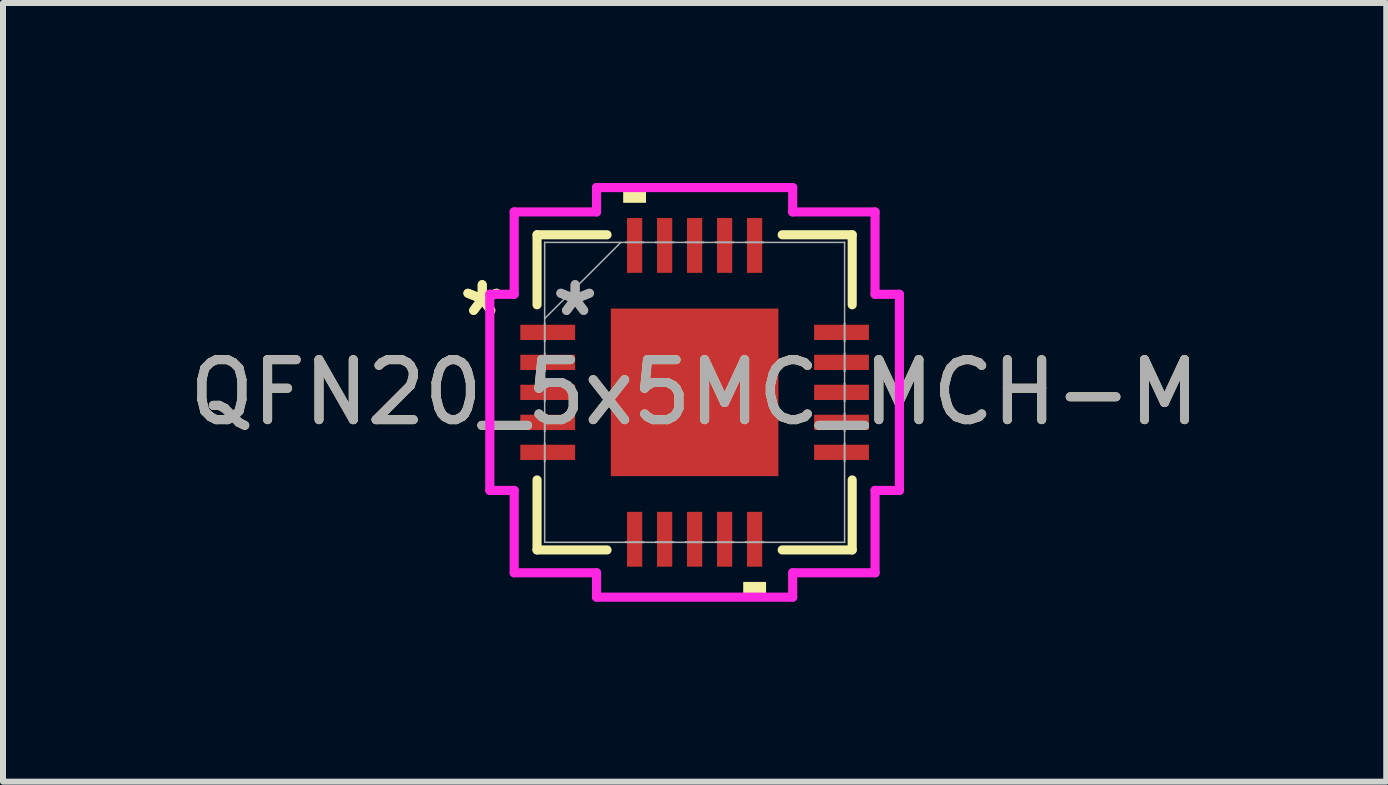
<source format=kicad_pcb>
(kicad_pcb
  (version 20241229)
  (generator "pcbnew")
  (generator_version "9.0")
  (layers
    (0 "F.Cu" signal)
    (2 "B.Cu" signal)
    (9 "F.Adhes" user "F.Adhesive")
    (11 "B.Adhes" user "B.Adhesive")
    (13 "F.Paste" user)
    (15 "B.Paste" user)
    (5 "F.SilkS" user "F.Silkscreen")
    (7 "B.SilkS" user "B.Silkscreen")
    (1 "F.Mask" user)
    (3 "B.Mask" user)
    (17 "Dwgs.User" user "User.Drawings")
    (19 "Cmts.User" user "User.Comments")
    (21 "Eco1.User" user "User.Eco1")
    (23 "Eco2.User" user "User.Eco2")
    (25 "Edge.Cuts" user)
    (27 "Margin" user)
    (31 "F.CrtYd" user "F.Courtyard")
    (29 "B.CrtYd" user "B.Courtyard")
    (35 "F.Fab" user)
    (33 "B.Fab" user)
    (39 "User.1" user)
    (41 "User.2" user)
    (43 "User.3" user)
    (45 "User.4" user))
  (footprint "QFN20_5x5MC_MCH-M"
    (layer "F.Cu")
    (at 8.53 3.491)
    (property "Reference" "QFN20_5x5MC_MCH-M" (at 0 0 0) (unlocked yes) (layer "F.SilkS") (effects (font (size 1 1) (thickness 0.15))))
    (attr smd)
    (fp_line (start -2.627 -2.627) (end -2.627 -1.46) (stroke (width 0.152) (type solid)) (layer "F.SilkS"))
    (fp_line (start -2.627 1.46) (end -2.627 2.627) (stroke (width 0.152) (type solid)) (layer "F.SilkS"))
    (fp_line (start -2.627 2.627) (end -1.46 2.627) (stroke (width 0.152) (type solid)) (layer "F.SilkS"))
    (fp_line (start -1.46 -2.627) (end -2.627 -2.627) (stroke (width 0.152) (type solid)) (layer "F.SilkS"))
    (fp_line (start 1.46 2.627) (end 2.627 2.627) (stroke (width 0.152) (type solid)) (layer "F.SilkS"))
    (fp_line (start 2.627 -2.627) (end 1.46 -2.627) (stroke (width 0.152) (type solid)) (layer "F.SilkS"))
    (fp_line (start 2.627 -1.46) (end 2.627 -2.627) (stroke (width 0.152) (type solid)) (layer "F.SilkS"))
    (fp_line (start 2.627 2.627) (end 2.627 1.46) (stroke (width 0.152) (type solid)) (layer "F.SilkS"))
    (fp_poly (pts (xy -1.191 -3.16) (xy -1.191 -3.414) (xy -0.81 -3.414) (xy -0.81 -3.16)) (stroke (width 0) (type solid)) (fill yes) (layer "F.SilkS"))
    (fp_poly (pts (xy 0.81 3.16) (xy 0.81 3.414) (xy 1.191 3.414) (xy 1.191 3.16)) (stroke (width 0) (type solid)) (fill yes) (layer "F.SilkS"))
    (fp_poly (pts (xy -1.297 -1.297) (xy -1.297 -0.1) (xy -0.1 -0.1) (xy -0.1 -1.297)) (stroke (width 0) (type solid)) (fill yes) (layer "F.Paste"))
    (fp_poly (pts (xy -1.297 0.1) (xy -1.297 1.297) (xy -0.1 1.297) (xy -0.1 0.1)) (stroke (width 0) (type solid)) (fill yes) (layer "F.Paste"))
    (fp_poly (pts (xy 0.1 -1.297) (xy 0.1 -0.1) (xy 1.297 -0.1) (xy 1.297 -1.297)) (stroke (width 0) (type solid)) (fill yes) (layer "F.Paste"))
    (fp_poly (pts (xy 0.1 0.1) (xy 0.1 1.297) (xy 1.297 1.297) (xy 1.297 0.1)) (stroke (width 0) (type solid)) (fill yes) (layer "F.Paste"))
    (fp_line (start -3.414 -1.635) (end -3.008 -1.635) (stroke (width 0.152) (type solid)) (layer "F.CrtYd"))
    (fp_line (start -3.414 1.635) (end -3.414 -1.635) (stroke (width 0.152) (type solid)) (layer "F.CrtYd"))
    (fp_line (start -3.008 -3.008) (end -1.635 -3.008) (stroke (width 0.152) (type solid)) (layer "F.CrtYd"))
    (fp_line (start -3.008 -1.635) (end -3.008 -3.008) (stroke (width 0.152) (type solid)) (layer "F.CrtYd"))
    (fp_line (start -3.008 1.635) (end -3.414 1.635) (stroke (width 0.152) (type solid)) (layer "F.CrtYd"))
    (fp_line (start -3.008 3.008) (end -3.008 1.635) (stroke (width 0.152) (type solid)) (layer "F.CrtYd"))
    (fp_line (start -1.635 -3.414) (end 1.635 -3.414) (stroke (width 0.152) (type solid)) (layer "F.CrtYd"))
    (fp_line (start -1.635 -3.008) (end -1.635 -3.414) (stroke (width 0.152) (type solid)) (layer "F.CrtYd"))
    (fp_line (start -1.635 3.008) (end -3.008 3.008) (stroke (width 0.152) (type solid)) (layer "F.CrtYd"))
    (fp_line (start -1.635 3.414) (end -1.635 3.008) (stroke (width 0.152) (type solid)) (layer "F.CrtYd"))
    (fp_line (start 1.635 -3.414) (end 1.635 -3.008) (stroke (width 0.152) (type solid)) (layer "F.CrtYd"))
    (fp_line (start 1.635 -3.008) (end 3.008 -3.008) (stroke (width 0.152) (type solid)) (layer "F.CrtYd"))
    (fp_line (start 1.635 3.008) (end 1.635 3.414) (stroke (width 0.152) (type solid)) (layer "F.CrtYd"))
    (fp_line (start 1.635 3.414) (end -1.635 3.414) (stroke (width 0.152) (type solid)) (layer "F.CrtYd"))
    (fp_line (start 3.008 -3.008) (end 3.008 -1.635) (stroke (width 0.152) (type solid)) (layer "F.CrtYd"))
    (fp_line (start 3.008 -1.635) (end 3.414 -1.635) (stroke (width 0.152) (type solid)) (layer "F.CrtYd"))
    (fp_line (start 3.008 1.635) (end 3.008 3.008) (stroke (width 0.152) (type solid)) (layer "F.CrtYd"))
    (fp_line (start 3.008 3.008) (end 1.635 3.008) (stroke (width 0.152) (type solid)) (layer "F.CrtYd"))
    (fp_line (start 3.414 -1.635) (end 3.414 1.635) (stroke (width 0.152) (type solid)) (layer "F.CrtYd"))
    (fp_line (start 3.414 1.635) (end 3.008 1.635) (stroke (width 0.152) (type solid)) (layer "F.CrtYd"))
    (fp_line (start -2.5 -2.5) (end -2.5 -2.5) (stroke (width 0.025) (type solid)) (layer "F.Fab"))
    (fp_line (start -2.5 -2.5) (end -2.5 2.5) (stroke (width 0.025) (type solid)) (layer "F.Fab"))
    (fp_line (start -2.5 -1.23) (end -1.23 -2.5) (stroke (width 0.025) (type solid)) (layer "F.Fab"))
    (fp_line (start -2.5 -1.152) (end -2.5 -1.152) (stroke (width 0.025) (type solid)) (layer "F.Fab"))
    (fp_line (start -2.5 -1.152) (end -2.5 -0.848) (stroke (width 0.025) (type solid)) (layer "F.Fab"))
    (fp_line (start -2.5 -0.848) (end -2.5 -1.152) (stroke (width 0.025) (type solid)) (layer "F.Fab"))
    (fp_line (start -2.5 -0.848) (end -2.5 -0.848) (stroke (width 0.025) (type solid)) (layer "F.Fab"))
    (fp_line (start -2.5 -0.652) (end -2.5 -0.652) (stroke (width 0.025) (type solid)) (layer "F.Fab"))
    (fp_line (start -2.5 -0.652) (end -2.5 -0.348) (stroke (width 0.025) (type solid)) (layer "F.Fab"))
    (fp_line (start -2.5 -0.348) (end -2.5 -0.652) (stroke (width 0.025) (type solid)) (layer "F.Fab"))
    (fp_line (start -2.5 -0.348) (end -2.5 -0.348) (stroke (width 0.025) (type solid)) (layer "F.Fab"))
    (fp_line (start -2.5 -0.152) (end -2.5 -0.152) (stroke (width 0.025) (type solid)) (layer "F.Fab"))
    (fp_line (start -2.5 -0.152) (end -2.5 0.152) (stroke (width 0.025) (type solid)) (layer "F.Fab"))
    (fp_line (start -2.5 0.152) (end -2.5 -0.152) (stroke (width 0.025) (type solid)) (layer "F.Fab"))
    (fp_line (start -2.5 0.152) (end -2.5 0.152) (stroke (width 0.025) (type solid)) (layer "F.Fab"))
    (fp_line (start -2.5 0.348) (end -2.5 0.348) (stroke (width 0.025) (type solid)) (layer "F.Fab"))
    (fp_line (start -2.5 0.348) (end -2.5 0.652) (stroke (width 0.025) (type solid)) (layer "F.Fab"))
    (fp_line (start -2.5 0.652) (end -2.5 0.348) (stroke (width 0.025) (type solid)) (layer "F.Fab"))
    (fp_line (start -2.5 0.652) (end -2.5 0.652) (stroke (width 0.025) (type solid)) (layer "F.Fab"))
    (fp_line (start -2.5 0.848) (end -2.5 0.848) (stroke (width 0.025) (type solid)) (layer "F.Fab"))
    (fp_line (start -2.5 0.848) (end -2.5 1.152) (stroke (width 0.025) (type solid)) (layer "F.Fab"))
    (fp_line (start -2.5 1.152) (end -2.5 0.848) (stroke (width 0.025) (type solid)) (layer "F.Fab"))
    (fp_line (start -2.5 1.152) (end -2.5 1.152) (stroke (width 0.025) (type solid)) (layer "F.Fab"))
    (fp_line (start -2.5 2.5) (end -2.5 2.5) (stroke (width 0.025) (type solid)) (layer "F.Fab"))
    (fp_line (start -2.5 2.5) (end 2.5 2.5) (stroke (width 0.025) (type solid)) (layer "F.Fab"))
    (fp_line (start -1.152 -2.5) (end -1.152 -2.5) (stroke (width 0.025) (type solid)) (layer "F.Fab"))
    (fp_line (start -1.152 -2.5) (end -0.848 -2.5) (stroke (width 0.025) (type solid)) (layer "F.Fab"))
    (fp_line (start -1.152 2.5) (end -1.152 2.5) (stroke (width 0.025) (type solid)) (layer "F.Fab"))
    (fp_line (start -1.152 2.5) (end -0.848 2.5) (stroke (width 0.025) (type solid)) (layer "F.Fab"))
    (fp_line (start -0.848 -2.5) (end -1.152 -2.5) (stroke (width 0.025) (type solid)) (layer "F.Fab"))
    (fp_line (start -0.848 -2.5) (end -0.848 -2.5) (stroke (width 0.025) (type solid)) (layer "F.Fab"))
    (fp_line (start -0.848 2.5) (end -1.152 2.5) (stroke (width 0.025) (type solid)) (layer "F.Fab"))
    (fp_line (start -0.848 2.5) (end -0.848 2.5) (stroke (width 0.025) (type solid)) (layer "F.Fab"))
    (fp_line (start -0.652 -2.5) (end -0.652 -2.5) (stroke (width 0.025) (type solid)) (layer "F.Fab"))
    (fp_line (start -0.652 -2.5) (end -0.348 -2.5) (stroke (width 0.025) (type solid)) (layer "F.Fab"))
    (fp_line (start -0.652 2.5) (end -0.652 2.5) (stroke (width 0.025) (type solid)) (layer "F.Fab"))
    (fp_line (start -0.652 2.5) (end -0.348 2.5) (stroke (width 0.025) (type solid)) (layer "F.Fab"))
    (fp_line (start -0.348 -2.5) (end -0.652 -2.5) (stroke (width 0.025) (type solid)) (layer "F.Fab"))
    (fp_line (start -0.348 -2.5) (end -0.348 -2.5) (stroke (width 0.025) (type solid)) (layer "F.Fab"))
    (fp_line (start -0.348 2.5) (end -0.652 2.5) (stroke (width 0.025) (type solid)) (layer "F.Fab"))
    (fp_line (start -0.348 2.5) (end -0.348 2.5) (stroke (width 0.025) (type solid)) (layer "F.Fab"))
    (fp_line (start -0.152 -2.5) (end -0.152 -2.5) (stroke (width 0.025) (type solid)) (layer "F.Fab"))
    (fp_line (start -0.152 -2.5) (end 0.152 -2.5) (stroke (width 0.025) (type solid)) (layer "F.Fab"))
    (fp_line (start -0.152 2.5) (end -0.152 2.5) (stroke (width 0.025) (type solid)) (layer "F.Fab"))
    (fp_line (start -0.152 2.5) (end 0.152 2.5) (stroke (width 0.025) (type solid)) (layer "F.Fab"))
    (fp_line (start 0.152 -2.5) (end -0.152 -2.5) (stroke (width 0.025) (type solid)) (layer "F.Fab"))
    (fp_line (start 0.152 -2.5) (end 0.152 -2.5) (stroke (width 0.025) (type solid)) (layer "F.Fab"))
    (fp_line (start 0.152 2.5) (end -0.152 2.5) (stroke (width 0.025) (type solid)) (layer "F.Fab"))
    (fp_line (start 0.152 2.5) (end 0.152 2.5) (stroke (width 0.025) (type solid)) (layer "F.Fab"))
    (fp_line (start 0.348 -2.5) (end 0.348 -2.5) (stroke (width 0.025) (type solid)) (layer "F.Fab"))
    (fp_line (start 0.348 -2.5) (end 0.652 -2.5) (stroke (width 0.025) (type solid)) (layer "F.Fab"))
    (fp_line (start 0.348 2.5) (end 0.348 2.5) (stroke (width 0.025) (type solid)) (layer "F.Fab"))
    (fp_line (start 0.348 2.5) (end 0.652 2.5) (stroke (width 0.025) (type solid)) (layer "F.Fab"))
    (fp_line (start 0.652 -2.5) (end 0.348 -2.5) (stroke (width 0.025) (type solid)) (layer "F.Fab"))
    (fp_line (start 0.652 -2.5) (end 0.652 -2.5) (stroke (width 0.025) (type solid)) (layer "F.Fab"))
    (fp_line (start 0.652 2.5) (end 0.348 2.5) (stroke (width 0.025) (type solid)) (layer "F.Fab"))
    (fp_line (start 0.652 2.5) (end 0.652 2.5) (stroke (width 0.025) (type solid)) (layer "F.Fab"))
    (fp_line (start 0.848 -2.5) (end 0.848 -2.5) (stroke (width 0.025) (type solid)) (layer "F.Fab"))
    (fp_line (start 0.848 -2.5) (end 1.152 -2.5) (stroke (width 0.025) (type solid)) (layer "F.Fab"))
    (fp_line (start 0.848 2.5) (end 0.848 2.5) (stroke (width 0.025) (type solid)) (layer "F.Fab"))
    (fp_line (start 0.848 2.5) (end 1.152 2.5) (stroke (width 0.025) (type solid)) (layer "F.Fab"))
    (fp_line (start 1.152 -2.5) (end 0.848 -2.5) (stroke (width 0.025) (type solid)) (layer "F.Fab"))
    (fp_line (start 1.152 -2.5) (end 1.152 -2.5) (stroke (width 0.025) (type solid)) (layer "F.Fab"))
    (fp_line (start 1.152 2.5) (end 0.848 2.5) (stroke (width 0.025) (type solid)) (layer "F.Fab"))
    (fp_line (start 1.152 2.5) (end 1.152 2.5) (stroke (width 0.025) (type solid)) (layer "F.Fab"))
    (fp_line (start 2.5 -2.5) (end -2.5 -2.5) (stroke (width 0.025) (type solid)) (layer "F.Fab"))
    (fp_line (start 2.5 -2.5) (end 2.5 -2.5) (stroke (width 0.025) (type solid)) (layer "F.Fab"))
    (fp_line (start 2.5 -1.152) (end 2.5 -1.152) (stroke (width 0.025) (type solid)) (layer "F.Fab"))
    (fp_line (start 2.5 -1.152) (end 2.5 -0.848) (stroke (width 0.025) (type solid)) (layer "F.Fab"))
    (fp_line (start 2.5 -0.848) (end 2.5 -1.152) (stroke (width 0.025) (type solid)) (layer "F.Fab"))
    (fp_line (start 2.5 -0.848) (end 2.5 -0.848) (stroke (width 0.025) (type solid)) (layer "F.Fab"))
    (fp_line (start 2.5 -0.652) (end 2.5 -0.652) (stroke (width 0.025) (type solid)) (layer "F.Fab"))
    (fp_line (start 2.5 -0.652) (end 2.5 -0.348) (stroke (width 0.025) (type solid)) (layer "F.Fab"))
    (fp_line (start 2.5 -0.348) (end 2.5 -0.652) (stroke (width 0.025) (type solid)) (layer "F.Fab"))
    (fp_line (start 2.5 -0.348) (end 2.5 -0.348) (stroke (width 0.025) (type solid)) (layer "F.Fab"))
    (fp_line (start 2.5 -0.152) (end 2.5 -0.152) (stroke (width 0.025) (type solid)) (layer "F.Fab"))
    (fp_line (start 2.5 -0.152) (end 2.5 0.152) (stroke (width 0.025) (type solid)) (layer "F.Fab"))
    (fp_line (start 2.5 0.152) (end 2.5 -0.152) (stroke (width 0.025) (type solid)) (layer "F.Fab"))
    (fp_line (start 2.5 0.152) (end 2.5 0.152) (stroke (width 0.025) (type solid)) (layer "F.Fab"))
    (fp_line (start 2.5 0.348) (end 2.5 0.348) (stroke (width 0.025) (type solid)) (layer "F.Fab"))
    (fp_line (start 2.5 0.348) (end 2.5 0.652) (stroke (width 0.025) (type solid)) (layer "F.Fab"))
    (fp_line (start 2.5 0.652) (end 2.5 0.348) (stroke (width 0.025) (type solid)) (layer "F.Fab"))
    (fp_line (start 2.5 0.652) (end 2.5 0.652) (stroke (width 0.025) (type solid)) (layer "F.Fab"))
    (fp_line (start 2.5 0.848) (end 2.5 0.848) (stroke (width 0.025) (type solid)) (layer "F.Fab"))
    (fp_line (start 2.5 0.848) (end 2.5 1.152) (stroke (width 0.025) (type solid)) (layer "F.Fab"))
    (fp_line (start 2.5 1.152) (end 2.5 0.848) (stroke (width 0.025) (type solid)) (layer "F.Fab"))
    (fp_line (start 2.5 1.152) (end 2.5 1.152) (stroke (width 0.025) (type solid)) (layer "F.Fab"))
    (fp_line (start 2.5 2.5) (end 2.5 -2.5) (stroke (width 0.025) (type solid)) (layer "F.Fab"))
    (fp_line (start 2.5 2.5) (end 2.5 2.5) (stroke (width 0.025) (type solid)) (layer "F.Fab"))
    (fp_text user "*" (at -3.541 -1.25 0) (unlocked yes) (layer "F.SilkS") (effects (font (size 1 1) (thickness 0.15))))
    (fp_text user "*" (at -3.541 -1.25 0) (layer "F.SilkS") (effects (font (size 1 1) (thickness 0.15))))
    (fp_text user "${REFERENCE}" (at 0 0 0) (unlocked yes) (layer "F.Fab") (effects (font (size 1 1) (thickness 0.15))))
    (fp_text user "*" (at -1.992 -1.25 0) (layer "F.Fab") (effects (font (size 1 1) (thickness 0.15))))
    (fp_text user "*" (at -1.992 -1.25 0) (unlocked yes) (layer "F.Fab") (effects (font (size 1 1) (thickness 0.15))))
    (pad "1" smd rect (at -2.449 -1 90) (size 0.254 0.914) (layers "F.Cu" "F.Mask" "F.Paste"))
    (pad "2" smd rect (at -2.449 -0.5 90) (size 0.254 0.914) (layers "F.Cu" "F.Mask" "F.Paste"))
    (pad "3" smd rect (at -2.449 0 90) (size 0.254 0.914) (layers "F.Cu" "F.Mask" "F.Paste"))
    (pad "4" smd rect (at -2.449 0.5 90) (size 0.254 0.914) (layers "F.Cu" "F.Mask" "F.Paste"))
    (pad "5" smd rect (at -2.449 1 90) (size 0.254 0.914) (layers "F.Cu" "F.Mask" "F.Paste"))
    (pad "6" smd rect (at -1 2.449) (size 0.254 0.914) (layers "F.Cu" "F.Mask" "F.Paste"))
    (pad "7" smd rect (at -0.5 2.449) (size 0.254 0.914) (layers "F.Cu" "F.Mask" "F.Paste"))
    (pad "8" smd rect (at 0 2.449) (size 0.254 0.914) (layers "F.Cu" "F.Mask" "F.Paste"))
    (pad "9" smd rect (at 0.5 2.449) (size 0.254 0.914) (layers "F.Cu" "F.Mask" "F.Paste"))
    (pad "10" smd rect (at 1 2.449) (size 0.254 0.914) (layers "F.Cu" "F.Mask" "F.Paste"))
    (pad "11" smd rect (at 2.449 1 90) (size 0.254 0.914) (layers "F.Cu" "F.Mask" "F.Paste"))
    (pad "12" smd rect (at 2.449 0.5 90) (size 0.254 0.914) (layers "F.Cu" "F.Mask" "F.Paste"))
    (pad "13" smd rect (at 2.449 0 90) (size 0.254 0.914) (layers "F.Cu" "F.Mask" "F.Paste"))
    (pad "14" smd rect (at 2.449 -0.5 90) (size 0.254 0.914) (layers "F.Cu" "F.Mask" "F.Paste"))
    (pad "15" smd rect (at 2.449 -1 90) (size 0.254 0.914) (layers "F.Cu" "F.Mask" "F.Paste"))
    (pad "16" smd rect (at 1 -2.449) (size 0.254 0.914) (layers "F.Cu" "F.Mask" "F.Paste"))
    (pad "17" smd rect (at 0.5 -2.449) (size 0.254 0.914) (layers "F.Cu" "F.Mask" "F.Paste"))
    (pad "18" smd rect (at 0 -2.449) (size 0.254 0.914) (layers "F.Cu" "F.Mask" "F.Paste"))
    (pad "19" smd rect (at -0.5 -2.449) (size 0.254 0.914) (layers "F.Cu" "F.Mask" "F.Paste"))
    (pad "20" smd rect (at -1 -2.449) (size 0.254 0.914) (layers "F.Cu" "F.Mask" "F.Paste"))
    (pad "21" smd rect (at 0 0) (size 2.794 2.794) (layers "F.Cu" "F.Mask" "F.Paste")))
  (gr_rect
    (start -3 -3)
    (end 20.06 9.981)
    (stroke (width 0.1) (type default))
    (fill no)
    (layer "Edge.Cuts")))
</source>
